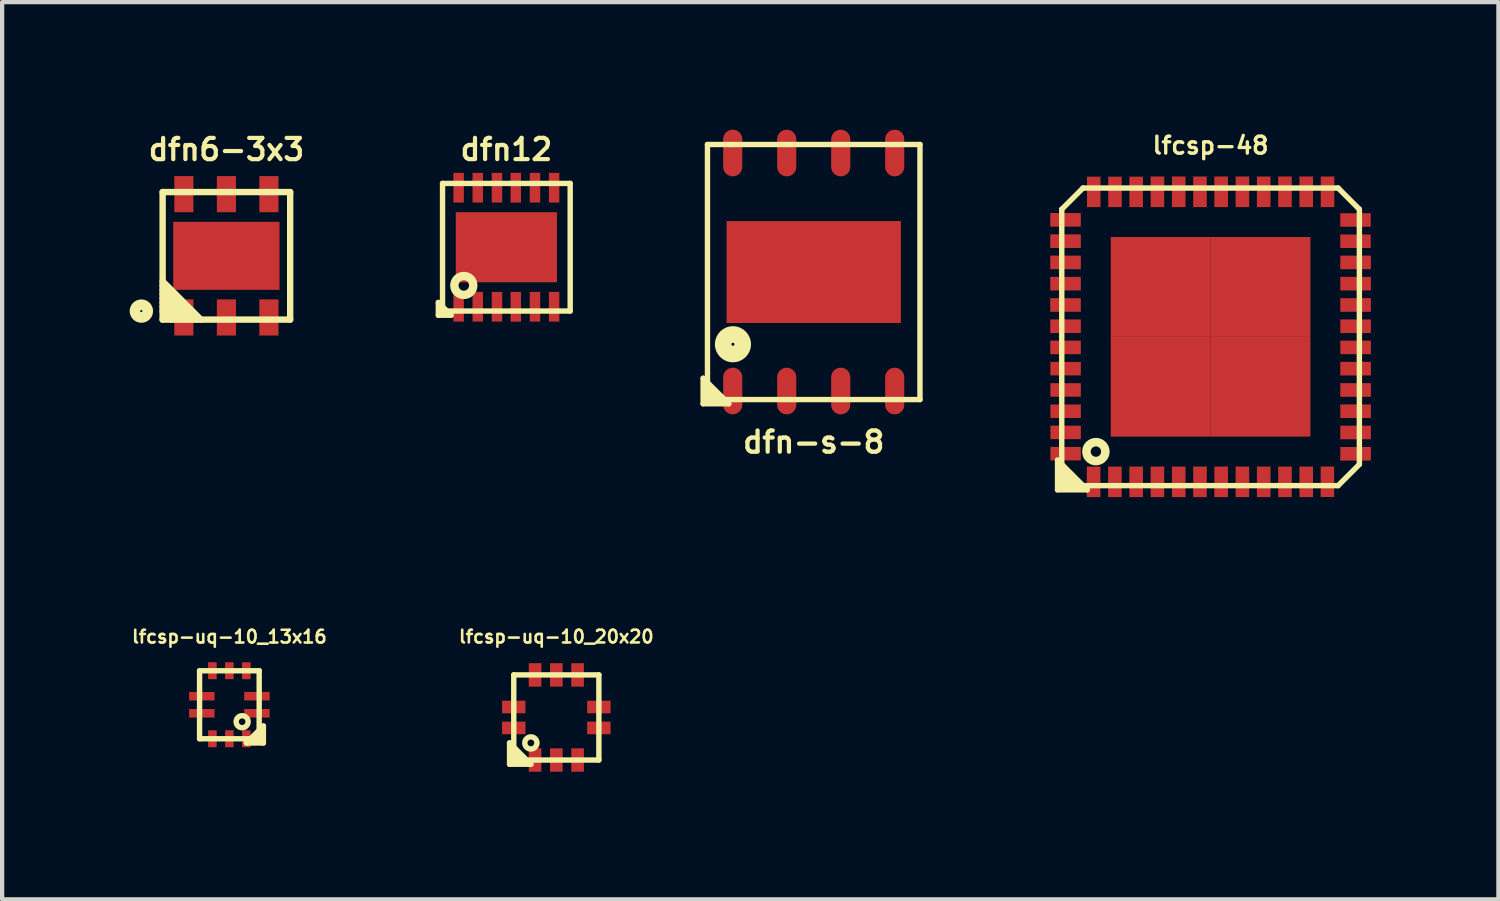
<source format=kicad_pcb>
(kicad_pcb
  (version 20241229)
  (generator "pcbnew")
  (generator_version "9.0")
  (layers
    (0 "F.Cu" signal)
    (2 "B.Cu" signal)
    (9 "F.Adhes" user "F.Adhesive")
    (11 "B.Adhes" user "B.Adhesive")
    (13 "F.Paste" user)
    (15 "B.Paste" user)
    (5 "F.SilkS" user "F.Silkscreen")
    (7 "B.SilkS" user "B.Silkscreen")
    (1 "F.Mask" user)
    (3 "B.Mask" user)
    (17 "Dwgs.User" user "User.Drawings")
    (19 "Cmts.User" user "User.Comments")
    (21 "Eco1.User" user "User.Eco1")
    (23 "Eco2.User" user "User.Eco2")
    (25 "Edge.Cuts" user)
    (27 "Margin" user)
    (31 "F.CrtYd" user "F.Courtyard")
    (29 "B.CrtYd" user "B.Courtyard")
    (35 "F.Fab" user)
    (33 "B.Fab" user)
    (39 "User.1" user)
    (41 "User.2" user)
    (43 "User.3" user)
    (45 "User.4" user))
  (footprint "lfcsp-uq-10_13x16"
    (layer "F.Cu")
    (at 2.345 13.526)
    (property "Reference" "lfcsp-uq-10_13x16" (at 0 -1.6 0) (layer "F.SilkS") (effects (font (size 0.3 0.3) (thickness 0.061))))
    (attr through_hole)
    (fp_line (start -0.701 -0.8) (end -0.701 0.8) (stroke (width 0.127) (type solid)) (layer "F.SilkS"))
    (fp_line (start -0.701 0.8) (end 0.701 0.8) (stroke (width 0.127) (type solid)) (layer "F.SilkS"))
    (fp_line (start 0.701 -0.8) (end -0.701 -0.8) (stroke (width 0.127) (type solid)) (layer "F.SilkS"))
    (fp_line (start 0.701 0.8) (end 0.701 -0.8) (stroke (width 0.127) (type solid)) (layer "F.SilkS"))
    (fp_line (start 0.8 0.5) (end 0.399 0.899) (stroke (width 0.127) (type solid)) (layer "F.SilkS"))
    (fp_line (start 0.8 0.5) (end 0.8 0.899) (stroke (width 0.127) (type solid)) (layer "F.SilkS"))
    (fp_line (start 0.8 0.899) (end 0.399 0.899) (stroke (width 0.127) (type solid)) (layer "F.SilkS"))
    (fp_circle (center 0.3 0.399) (end 0.201 0.5) (stroke (width 0.127) (type solid)) (fill no) (layer "F.SilkS"))
    (pad "1" smd rect (at 0.399 0.8) (size 0.201 0.399) (layers "F.Cu" "F.Mask" "F.Paste"))
    (pad "2" smd rect (at 0.648 0.201) (size 0.597 0.201) (layers "F.Cu" "F.Mask" "F.Paste"))
    (pad "3" smd rect (at 0.648 -0.201) (size 0.597 0.201) (layers "F.Cu" "F.Mask" "F.Paste"))
    (pad "4" smd rect (at 0.399 -0.8) (size 0.201 0.399) (layers "F.Cu" "F.Mask" "F.Paste"))
    (pad "5" smd rect (at 0 -0.8) (size 0.201 0.399) (layers "F.Cu" "F.Mask" "F.Paste"))
    (pad "6" smd rect (at -0.399 -0.8) (size 0.201 0.399) (layers "F.Cu" "F.Mask" "F.Paste"))
    (pad "7" smd rect (at -0.648 -0.201) (size 0.597 0.201) (layers "F.Cu" "F.Mask" "F.Paste"))
    (pad "8" smd rect (at -0.648 0.201) (size 0.597 0.201) (layers "F.Cu" "F.Mask" "F.Paste"))
    (pad "9" smd rect (at -0.399 0.8) (size 0.201 0.399) (layers "F.Cu" "F.Mask" "F.Paste"))
    (pad "10" smd rect (at 0 0.8) (size 0.201 0.399) (layers "F.Cu" "F.Mask" "F.Paste")))
  (footprint "dfn6-3x3"
    (layer "F.Cu")
    (at 2.275 2.967)
    (property "Reference" "dfn6-3x3" (at 0 -2.5 0) (layer "F.SilkS") (effects (font (size 0.5 0.5) (thickness 0.099))))
    (attr through_hole)
    (fp_line (start -1.5 -1.5) (end 1.5 -1.5) (stroke (width 0.15) (type solid)) (layer "F.SilkS"))
    (fp_line (start -1.5 0.6) (end -0.6 1.5) (stroke (width 0.15) (type solid)) (layer "F.SilkS"))
    (fp_line (start -1.5 0.8) (end -0.8 1.5) (stroke (width 0.15) (type solid)) (layer "F.SilkS"))
    (fp_line (start -1.5 0.9) (end -0.9 1.5) (stroke (width 0.15) (type solid)) (layer "F.SilkS"))
    (fp_line (start -1.5 1.2) (end -1.2 1.5) (stroke (width 0.15) (type solid)) (layer "F.SilkS"))
    (fp_line (start -1.5 1.3) (end -1.3 1.5) (stroke (width 0.15) (type solid)) (layer "F.SilkS"))
    (fp_line (start -1.5 1.5) (end -1.5 -1.5) (stroke (width 0.15) (type solid)) (layer "F.SilkS"))
    (fp_line (start -1.5 1.5) (end 1.5 1.5) (stroke (width 0.15) (type solid)) (layer "F.SilkS"))
    (fp_line (start -1.1 1.5) (end -1.5 1.1) (stroke (width 0.15) (type solid)) (layer "F.SilkS"))
    (fp_line (start -1 1.5) (end -1.5 1) (stroke (width 0.15) (type solid)) (layer "F.SilkS"))
    (fp_line (start -0.7 1.5) (end -1.5 0.7) (stroke (width 0.15) (type solid)) (layer "F.SilkS"))
    (fp_line (start 1.5 -1.5) (end 1.5 1.5) (stroke (width 0.15) (type solid)) (layer "F.SilkS"))
    (fp_circle (center -2.002 1.3) (end -2.002 1.4) (stroke (width 0.15) (type solid)) (fill no) (layer "F.SilkS"))
    (fp_circle (center -2 1.3) (end -2.2 1.3) (stroke (width 0.15) (type solid)) (fill no) (layer "F.SilkS"))
    (pad "1" smd rect (at -1 1.45) (size 0.45 0.85) (layers "F.Cu" "F.Mask" "F.Paste"))
    (pad "2" smd rect (at 0 1.45) (size 0.45 0.85) (layers "F.Cu" "F.Mask" "F.Paste"))
    (pad "3" smd rect (at 1 1.45) (size 0.45 0.85) (layers "F.Cu" "F.Mask" "F.Paste"))
    (pad "4" smd rect (at 1 -1.45) (size 0.45 0.85) (layers "F.Cu" "F.Mask" "F.Paste"))
    (pad "5" smd rect (at 0 -1.45) (size 0.45 0.85) (layers "F.Cu" "F.Mask" "F.Paste"))
    (pad "6" smd rect (at -1 -1.45) (size 0.45 0.85) (layers "F.Cu" "F.Mask" "F.Paste"))
    (pad "7" smd rect (at 0 0) (size 2.5 1.6) (layers "F.Cu" "F.Mask" "F.Paste")))
  (footprint "lfcsp-48"
    (layer "F.Cu")
    (at 25.423 4.872)
    (property "Reference" "lfcsp-48" (at 0 -4.501 0) (layer "F.SilkS") (effects (font (size 0.399 0.399) (thickness 0.079))))
    (attr through_hole)
    (fp_line (start -3.599 2.901) (end -3.599 3.599) (stroke (width 0.127) (type solid)) (layer "F.SilkS"))
    (fp_line (start -3.599 3.599) (end -2.901 3.599) (stroke (width 0.127) (type solid)) (layer "F.SilkS"))
    (fp_line (start -3.5 -3) (end -3.5 3) (stroke (width 0.127) (type solid)) (layer "F.SilkS"))
    (fp_line (start -3.5 3) (end -3.5 3.5) (stroke (width 0.127) (type solid)) (layer "F.SilkS"))
    (fp_line (start -3.5 3.099) (end -3.5 3.2) (stroke (width 0.127) (type solid)) (layer "F.SilkS"))
    (fp_line (start -3.5 3.2) (end -3.2 3.5) (stroke (width 0.127) (type solid)) (layer "F.SilkS"))
    (fp_line (start -3.5 3.5) (end -3 3.5) (stroke (width 0.127) (type solid)) (layer "F.SilkS"))
    (fp_line (start -3.299 3.5) (end -3.5 3.299) (stroke (width 0.127) (type solid)) (layer "F.SilkS"))
    (fp_line (start -3.2 3.5) (end -3.299 3.5) (stroke (width 0.127) (type solid)) (layer "F.SilkS"))
    (fp_line (start -3.099 3.5) (end -3.5 3.099) (stroke (width 0.127) (type solid)) (layer "F.SilkS"))
    (fp_line (start -3 -3.5) (end -3.5 -3) (stroke (width 0.127) (type solid)) (layer "F.SilkS"))
    (fp_line (start -3 3.5) (end 3 3.5) (stroke (width 0.127) (type solid)) (layer "F.SilkS"))
    (fp_line (start -2.901 3.599) (end -3.599 2.901) (stroke (width 0.127) (type solid)) (layer "F.SilkS"))
    (fp_line (start 3 -3.5) (end -3 -3.5) (stroke (width 0.127) (type solid)) (layer "F.SilkS"))
    (fp_line (start 3 3.5) (end 3.5 3) (stroke (width 0.127) (type solid)) (layer "F.SilkS"))
    (fp_line (start 3.5 -3) (end 3 -3.5) (stroke (width 0.127) (type solid)) (layer "F.SilkS"))
    (fp_line (start 3.5 3) (end 3.5 -3) (stroke (width 0.127) (type solid)) (layer "F.SilkS"))
    (fp_circle (center -2.697 2.7) (end -2.499 2.802) (stroke (width 0.201) (type solid)) (fill no) (layer "F.SilkS"))
    (pad "1" smd rect (at -2.751 3.411) (size 0.32 0.719) (layers "F.Cu" "F.Mask" "F.Paste"))
    (pad "2" smd rect (at -2.25 3.411) (size 0.32 0.719) (layers "F.Cu" "F.Mask" "F.Paste"))
    (pad "3" smd rect (at -1.75 3.411) (size 0.32 0.719) (layers "F.Cu" "F.Mask" "F.Paste"))
    (pad "4" smd rect (at -1.25 3.411) (size 0.32 0.719) (layers "F.Cu" "F.Mask" "F.Paste"))
    (pad "5" smd rect (at -0.749 3.411) (size 0.32 0.719) (layers "F.Cu" "F.Mask" "F.Paste"))
    (pad "6" smd rect (at -0.249 3.411) (size 0.32 0.719) (layers "F.Cu" "F.Mask" "F.Paste"))
    (pad "7" smd rect (at 0.249 3.411) (size 0.32 0.719) (layers "F.Cu" "F.Mask" "F.Paste"))
    (pad "8" smd rect (at 0.749 3.411) (size 0.32 0.719) (layers "F.Cu" "F.Mask" "F.Paste"))
    (pad "9" smd rect (at 1.25 3.411) (size 0.32 0.719) (layers "F.Cu" "F.Mask" "F.Paste"))
    (pad "10" smd rect (at 1.75 3.411) (size 0.32 0.719) (layers "F.Cu" "F.Mask" "F.Paste"))
    (pad "11" smd rect (at 2.25 3.411) (size 0.32 0.719) (layers "F.Cu" "F.Mask" "F.Paste"))
    (pad "12" smd rect (at 2.748 3.409) (size 0.318 0.716) (layers "F.Cu" "F.Mask" "F.Paste"))
    (pad "13" smd rect (at 3.411 2.751) (size 0.719 0.32) (layers "F.Cu" "F.Mask" "F.Paste"))
    (pad "14" smd rect (at 3.411 2.25) (size 0.719 0.32) (layers "F.Cu" "F.Mask" "F.Paste"))
    (pad "15" smd rect (at 3.411 1.75) (size 0.719 0.32) (layers "F.Cu" "F.Mask" "F.Paste"))
    (pad "16" smd rect (at 3.411 1.25) (size 0.719 0.32) (layers "F.Cu" "F.Mask" "F.Paste"))
    (pad "17" smd rect (at 3.411 0.749) (size 0.719 0.32) (layers "F.Cu" "F.Mask" "F.Paste"))
    (pad "18" smd rect (at 3.411 0.249) (size 0.719 0.32) (layers "F.Cu" "F.Mask" "F.Paste"))
    (pad "19" smd rect (at 3.411 -0.249) (size 0.719 0.32) (layers "F.Cu" "F.Mask" "F.Paste"))
    (pad "20" smd rect (at 3.411 -0.749) (size 0.719 0.32) (layers "F.Cu" "F.Mask" "F.Paste"))
    (pad "21" smd rect (at 3.411 -1.25) (size 0.719 0.32) (layers "F.Cu" "F.Mask" "F.Paste"))
    (pad "22" smd rect (at 3.411 -1.75) (size 0.719 0.32) (layers "F.Cu" "F.Mask" "F.Paste"))
    (pad "23" smd rect (at 3.409 -2.248) (size 0.716 0.318) (layers "F.Cu" "F.Mask" "F.Paste"))
    (pad "24" smd rect (at 3.409 -2.748) (size 0.716 0.318) (layers "F.Cu" "F.Mask" "F.Paste"))
    (pad "25" smd rect (at 2.751 -3.411) (size 0.32 0.719) (layers "F.Cu" "F.Mask" "F.Paste"))
    (pad "26" smd rect (at 2.25 -3.411) (size 0.32 0.719) (layers "F.Cu" "F.Mask" "F.Paste"))
    (pad "27" smd rect (at 1.75 -3.411) (size 0.32 0.719) (layers "F.Cu" "F.Mask" "F.Paste"))
    (pad "28" smd rect (at 1.25 -3.411) (size 0.32 0.719) (layers "F.Cu" "F.Mask" "F.Paste"))
    (pad "29" smd rect (at 0.749 -3.411) (size 0.32 0.719) (layers "F.Cu" "F.Mask" "F.Paste"))
    (pad "30" smd rect (at 0.249 -3.411) (size 0.32 0.719) (layers "F.Cu" "F.Mask" "F.Paste"))
    (pad "31" smd rect (at -0.249 -3.411) (size 0.32 0.719) (layers "F.Cu" "F.Mask" "F.Paste"))
    (pad "32" smd rect (at -0.749 -3.411) (size 0.32 0.719) (layers "F.Cu" "F.Mask" "F.Paste"))
    (pad "33" smd rect (at -1.25 -3.411) (size 0.32 0.719) (layers "F.Cu" "F.Mask" "F.Paste"))
    (pad "34" smd rect (at -1.75 -3.409) (size 0.318 0.716) (layers "F.Cu" "F.Mask" "F.Paste"))
    (pad "35" smd rect (at -2.248 -3.409) (size 0.318 0.716) (layers "F.Cu" "F.Mask" "F.Paste"))
    (pad "36" smd rect (at -2.748 -3.409) (size 0.318 0.716) (layers "F.Cu" "F.Mask" "F.Paste"))
    (pad "37" smd rect (at -3.411 -2.751) (size 0.719 0.32) (layers "F.Cu" "F.Mask" "F.Paste"))
    (pad "38" smd rect (at -3.411 -2.25) (size 0.719 0.32) (layers "F.Cu" "F.Mask" "F.Paste"))
    (pad "39" smd rect (at -3.411 -1.75) (size 0.719 0.32) (layers "F.Cu" "F.Mask" "F.Paste"))
    (pad "40" smd rect (at -3.411 -1.25) (size 0.719 0.32) (layers "F.Cu" "F.Mask" "F.Paste"))
    (pad "41" smd rect (at -3.411 -0.749) (size 0.719 0.32) (layers "F.Cu" "F.Mask" "F.Paste"))
    (pad "42" smd rect (at -3.411 -0.249) (size 0.719 0.32) (layers "F.Cu" "F.Mask" "F.Paste"))
    (pad "43" smd rect (at -3.411 0.249) (size 0.719 0.32) (layers "F.Cu" "F.Mask" "F.Paste"))
    (pad "44" smd rect (at -3.409 0.749) (size 0.716 0.318) (layers "F.Cu" "F.Mask" "F.Paste"))
    (pad "45" smd rect (at -3.409 1.25) (size 0.716 0.318) (layers "F.Cu" "F.Mask" "F.Paste"))
    (pad "46" smd rect (at -3.409 1.75) (size 0.716 0.318) (layers "F.Cu" "F.Mask" "F.Paste"))
    (pad "47" smd rect (at -3.409 2.248) (size 0.716 0.318) (layers "F.Cu" "F.Mask" "F.Paste"))
    (pad "48" smd rect (at -3.409 2.748) (size 0.716 0.318) (layers "F.Cu" "F.Mask" "F.Paste"))
    (pad "49" smd rect (at -1.173 -1.173) (size 2.349 2.349) (layers "F.Cu" "F.Mask" "F.Paste"))
    (pad "49" smd rect (at -1.173 1.173) (size 2.349 2.349) (layers "F.Cu" "F.Mask" "F.Paste"))
    (pad "49" smd rect (at 1.173 -1.173) (size 2.349 2.349) (layers "F.Cu" "F.Mask" "F.Paste"))
    (pad "49" smd rect (at 1.173 1.173) (size 2.349 2.349) (layers "F.Cu" "F.Mask" "F.Paste")))
  (footprint "dfn12"
    (layer "F.Cu")
    (at 8.86 2.765)
    (property "Reference" "dfn12" (at 0 -2.299 0) (layer "F.SilkS") (effects (font (size 0.5 0.5) (thickness 0.099))))
    (attr through_hole)
    (fp_line (start -1.6 1.6) (end -1.6 1.3) (stroke (width 0.127) (type solid)) (layer "F.SilkS"))
    (fp_line (start -1.501 -1.501) (end 1.501 -1.501) (stroke (width 0.127) (type solid)) (layer "F.SilkS"))
    (fp_line (start -1.501 1.501) (end -1.501 -1.501) (stroke (width 0.127) (type solid)) (layer "F.SilkS"))
    (fp_line (start -1.3 1.6) (end -1.6 1.3) (stroke (width 0.127) (type solid)) (layer "F.SilkS"))
    (fp_line (start -1.3 1.6) (end -1.6 1.6) (stroke (width 0.127) (type solid)) (layer "F.SilkS"))
    (fp_line (start 1.501 -1.501) (end 1.501 1.501) (stroke (width 0.127) (type solid)) (layer "F.SilkS"))
    (fp_line (start 1.501 1.501) (end -1.501 1.501) (stroke (width 0.127) (type solid)) (layer "F.SilkS"))
    (fp_circle (center -1.001 0.899) (end -1.102 1.097) (stroke (width 0.198) (type solid)) (fill no) (layer "F.SilkS"))
    (pad "1" smd rect (at -1.123 1.4) (size 0.246 0.699) (layers "F.Cu" "F.Mask" "F.Paste"))
    (pad "2" smd rect (at -0.673 1.4) (size 0.246 0.699) (layers "F.Cu" "F.Mask" "F.Paste"))
    (pad "3" smd rect (at -0.221 1.4) (size 0.246 0.699) (layers "F.Cu" "F.Mask" "F.Paste"))
    (pad "4" smd rect (at 0.221 1.4) (size 0.246 0.699) (layers "F.Cu" "F.Mask" "F.Paste"))
    (pad "5" smd rect (at 0.673 1.4) (size 0.246 0.699) (layers "F.Cu" "F.Mask" "F.Paste"))
    (pad "6" smd rect (at 1.123 1.4) (size 0.246 0.699) (layers "F.Cu" "F.Mask" "F.Paste"))
    (pad "7" smd rect (at 1.123 -1.4) (size 0.246 0.699) (layers "F.Cu" "F.Mask" "F.Paste"))
    (pad "8" smd rect (at 0.673 -1.4) (size 0.246 0.699) (layers "F.Cu" "F.Mask" "F.Paste"))
    (pad "9" smd rect (at 0.221 -1.4) (size 0.246 0.699) (layers "F.Cu" "F.Mask" "F.Paste"))
    (pad "10" smd rect (at -0.221 -1.4) (size 0.246 0.699) (layers "F.Cu" "F.Mask" "F.Paste"))
    (pad "11" smd rect (at -0.673 -1.4) (size 0.246 0.699) (layers "F.Cu" "F.Mask" "F.Paste"))
    (pad "12" smd rect (at -1.123 -1.4) (size 0.246 0.699) (layers "F.Cu" "F.Mask" "F.Paste"))
    (pad "13" smd rect (at 0 0) (size 2.38 1.648) (layers "F.Cu" "F.Mask" "F.Paste")))
  (footprint "lfcsp-uq-10_20x20"
    (layer "F.Cu")
    (at 10.035 13.825)
    (property "Reference" "lfcsp-uq-10_20x20" (at 0 -1.9 0) (layer "F.SilkS") (effects (font (size 0.3 0.3) (thickness 0.061))))
    (attr through_hole)
    (fp_line (start -1.1 0.599) (end -0.599 1.1) (stroke (width 0.127) (type solid)) (layer "F.SilkS"))
    (fp_line (start -1.1 1.1) (end -1.1 0.599) (stroke (width 0.127) (type solid)) (layer "F.SilkS"))
    (fp_line (start -1.001 -1.001) (end 1.001 -1.001) (stroke (width 0.127) (type solid)) (layer "F.SilkS"))
    (fp_line (start -1.001 0.701) (end -1.001 0.8) (stroke (width 0.127) (type solid)) (layer "F.SilkS"))
    (fp_line (start -1.001 0.8) (end -0.8 1.001) (stroke (width 0.127) (type solid)) (layer "F.SilkS"))
    (fp_line (start -1.001 1.001) (end -1.001 -1.001) (stroke (width 0.127) (type solid)) (layer "F.SilkS"))
    (fp_line (start -0.599 1.1) (end -1.1 1.1) (stroke (width 0.127) (type solid)) (layer "F.SilkS"))
    (fp_line (start 1.001 -1.001) (end 1.001 1.001) (stroke (width 0.127) (type solid)) (layer "F.SilkS"))
    (fp_line (start 1.001 1.001) (end -1.001 1.001) (stroke (width 0.127) (type solid)) (layer "F.SilkS"))
    (fp_circle (center -0.599 0.599) (end -0.699 0.701) (stroke (width 0.127) (type solid)) (fill no) (layer "F.SilkS"))
    (pad "1" smd rect (at -0.5 1.001) (size 0.297 0.551) (layers "F.Cu" "F.Mask" "F.Paste"))
    (pad "2" smd rect (at 0 1.001) (size 0.297 0.551) (layers "F.Cu" "F.Mask" "F.Paste"))
    (pad "3" smd rect (at 0.5 1.001) (size 0.297 0.551) (layers "F.Cu" "F.Mask" "F.Paste"))
    (pad "4" smd rect (at 1.001 0.246) (size 0.551 0.297) (layers "F.Cu" "F.Mask" "F.Paste"))
    (pad "5" smd rect (at 1.001 -0.246) (size 0.551 0.297) (layers "F.Cu" "F.Mask" "F.Paste"))
    (pad "6" smd rect (at 0.5 -1.001) (size 0.297 0.551) (layers "F.Cu" "F.Mask" "F.Paste"))
    (pad "7" smd rect (at 0 -1.001) (size 0.297 0.551) (layers "F.Cu" "F.Mask" "F.Paste"))
    (pad "8" smd rect (at -0.5 -1.001) (size 0.297 0.551) (layers "F.Cu" "F.Mask" "F.Paste"))
    (pad "9" smd rect (at -1.001 -0.246) (size 0.551 0.297) (layers "F.Cu" "F.Mask" "F.Paste"))
    (pad "10" smd rect (at -1.001 0.246) (size 0.551 0.297) (layers "F.Cu" "F.Mask" "F.Paste")))
  (footprint "dfn-s-8"
    (layer "F.Cu")
    (at 16.089 3.348)
    (property "Reference" "dfn-s-8" (at 0 4 0) (layer "F.SilkS") (effects (font (size 0.5 0.5) (thickness 0.099))))
    (attr through_hole)
    (fp_line (start -2.601 2.499) (end -2.601 3.099) (stroke (width 0.127) (type solid)) (layer "F.SilkS"))
    (fp_line (start -2.601 3.099) (end -1.999 3.099) (stroke (width 0.127) (type solid)) (layer "F.SilkS"))
    (fp_line (start -2.499 -3) (end 2.499 -3) (stroke (width 0.127) (type solid)) (layer "F.SilkS"))
    (fp_line (start -2.499 2.799) (end -2.301 3) (stroke (width 0.127) (type solid)) (layer "F.SilkS"))
    (fp_line (start -2.499 3) (end -2.499 -3) (stroke (width 0.127) (type solid)) (layer "F.SilkS"))
    (fp_line (start -2.4 3) (end -2.499 2.901) (stroke (width 0.127) (type solid)) (layer "F.SilkS"))
    (fp_line (start -2.2 3) (end -2.499 2.7) (stroke (width 0.127) (type solid)) (layer "F.SilkS"))
    (fp_line (start -1.999 3.099) (end -2.601 2.499) (stroke (width 0.127) (type solid)) (layer "F.SilkS"))
    (fp_line (start 2.499 -3) (end 2.499 3) (stroke (width 0.127) (type solid)) (layer "F.SilkS"))
    (fp_line (start 2.499 3) (end -2.499 3) (stroke (width 0.127) (type solid)) (layer "F.SilkS"))
    (fp_circle (center -1.9 1.699) (end -2.2 1.699) (stroke (width 0.127) (type solid)) (fill no) (layer "F.SilkS"))
    (fp_circle (center -1.9 1.699) (end -2.2 1.699) (stroke (width 0.127) (type solid)) (fill no) (layer "F.SilkS"))
    (fp_circle (center -1.9 1.699) (end -2.2 1.9) (stroke (width 0.127) (type solid)) (fill no) (layer "F.SilkS"))
    (fp_circle (center -1.9 1.699) (end -2.101 1.699) (stroke (width 0.127) (type solid)) (fill no) (layer "F.SilkS"))
    (fp_circle (center -1.9 1.699) (end -1.999 1.699) (stroke (width 0.127) (type solid)) (fill no) (layer "F.SilkS"))
    (pad "1" smd oval (at -1.905 2.799) (size 0.45 1.097) (layers "F.Cu" "F.Mask" "F.Paste"))
    (pad "2" smd oval (at -0.635 2.799) (size 0.45 1.097) (layers "F.Cu" "F.Mask" "F.Paste"))
    (pad "3" smd oval (at 0.635 2.799) (size 0.45 1.097) (layers "F.Cu" "F.Mask" "F.Paste"))
    (pad "4" smd oval (at 1.905 2.799) (size 0.45 1.097) (layers "F.Cu" "F.Mask" "F.Paste"))
    (pad "5" smd oval (at 1.905 -2.799) (size 0.45 1.097) (layers "F.Cu" "F.Mask" "F.Paste"))
    (pad "6" smd oval (at 0.635 -2.799) (size 0.45 1.097) (layers "F.Cu" "F.Mask" "F.Paste"))
    (pad "7" smd oval (at -0.635 -2.799) (size 0.45 1.097) (layers "F.Cu" "F.Mask" "F.Paste"))
    (pad "8" smd oval (at -1.905 -2.799) (size 0.45 1.097) (layers "F.Cu" "F.Mask" "F.Paste"))
    (pad "9" smd rect (at 0 0) (size 4.1 2.398) (layers "F.Cu" "F.Mask" "F.Paste")))
  (gr_rect
    (start -3 -3)
    (end 32.193 18.102)
    (stroke (width 0.1) (type default))
    (fill no)
    (layer "Edge.Cuts")))
</source>
